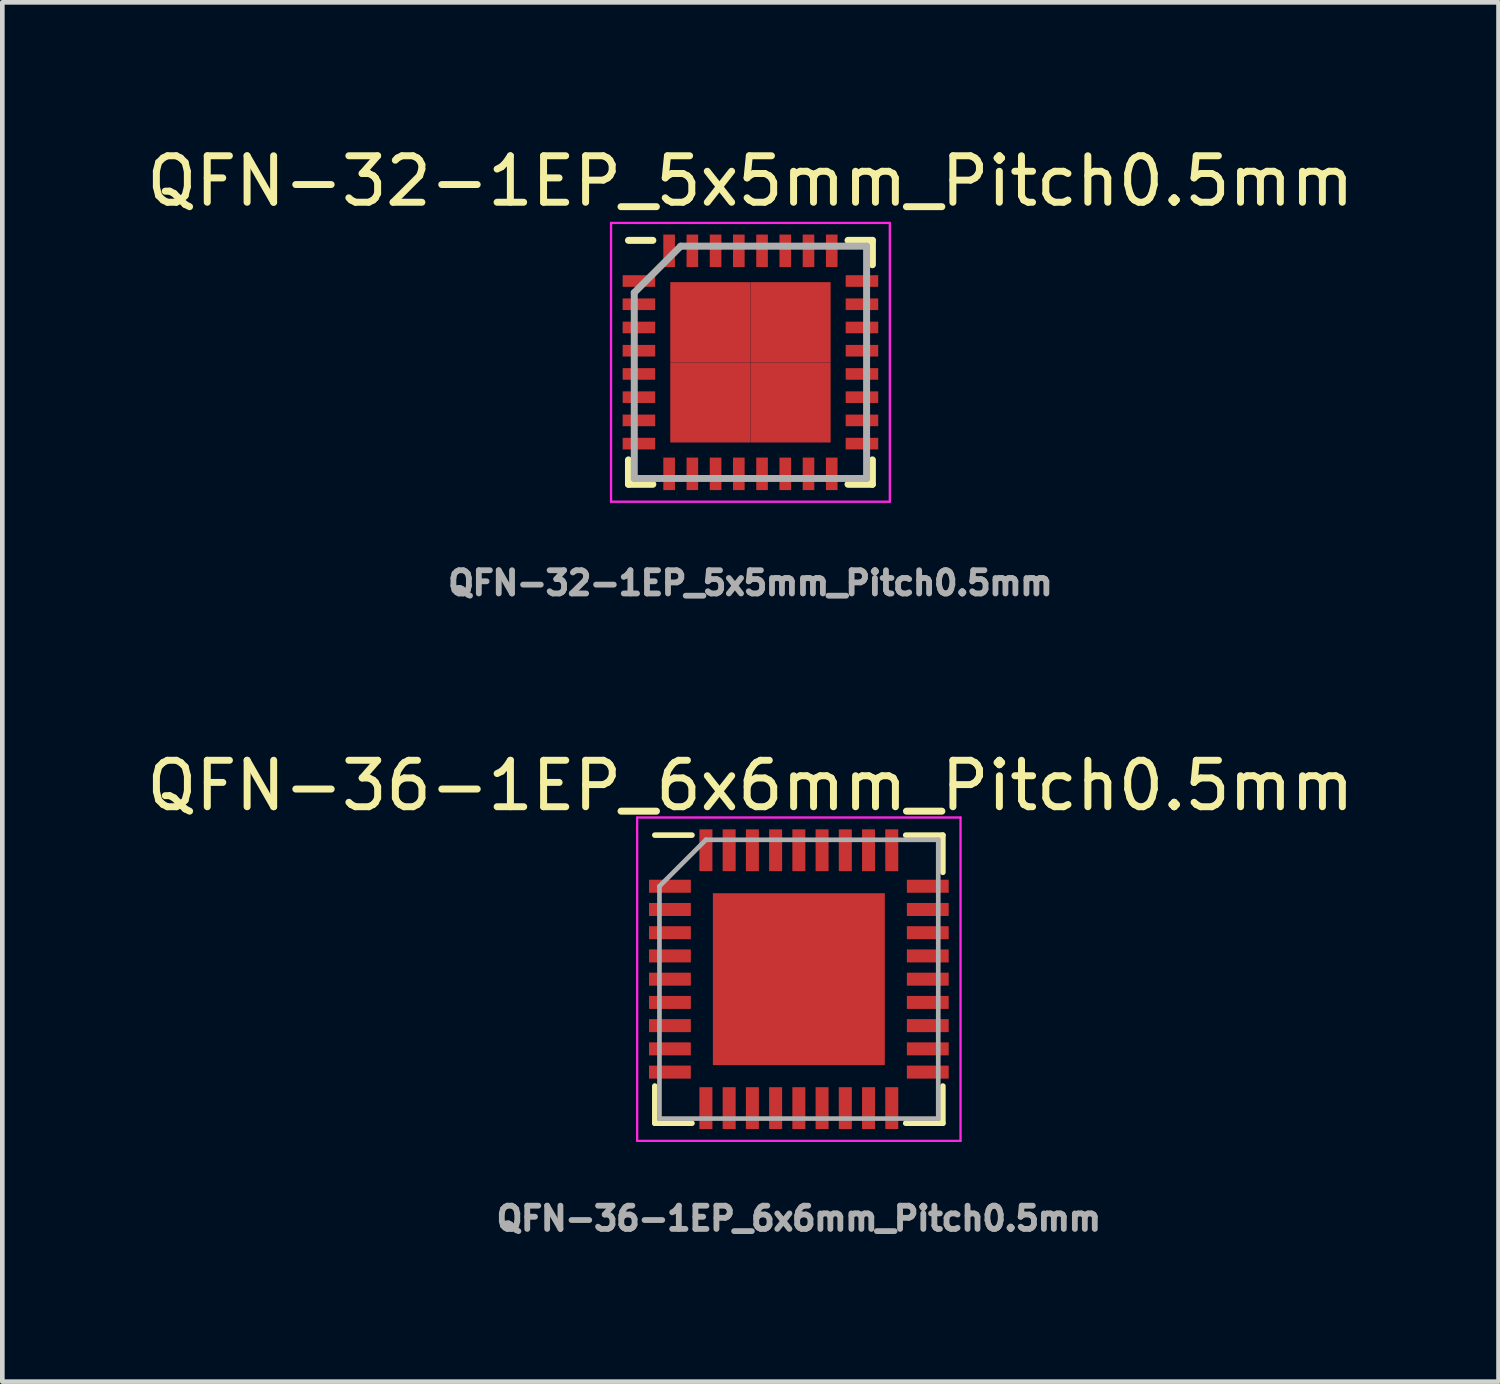
<source format=kicad_pcb>
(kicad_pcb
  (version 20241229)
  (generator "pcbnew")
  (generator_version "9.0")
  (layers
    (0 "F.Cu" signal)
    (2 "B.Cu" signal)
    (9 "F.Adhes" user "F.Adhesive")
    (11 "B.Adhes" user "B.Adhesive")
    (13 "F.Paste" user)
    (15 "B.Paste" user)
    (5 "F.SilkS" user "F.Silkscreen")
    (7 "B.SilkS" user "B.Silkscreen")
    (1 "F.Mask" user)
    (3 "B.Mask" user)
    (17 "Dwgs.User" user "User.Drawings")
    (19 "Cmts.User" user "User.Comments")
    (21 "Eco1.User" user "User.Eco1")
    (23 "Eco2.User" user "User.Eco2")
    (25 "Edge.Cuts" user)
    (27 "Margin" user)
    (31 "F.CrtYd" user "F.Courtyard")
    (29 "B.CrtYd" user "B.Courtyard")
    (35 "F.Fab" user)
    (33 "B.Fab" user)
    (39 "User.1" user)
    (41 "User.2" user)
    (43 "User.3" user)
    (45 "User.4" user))
  (footprint "QFN-36-1EP_6x6mm_Pitch0.5mm"
    (layer "F.Cu")
    (at 14.143 18.024)
    (property "Reference" "QFN-36-1EP_6x6mm_Pitch0.5mm" (at -1.041 -4.166 0) (layer "F.SilkS") (effects (font (size 1 1) (thickness 0.15))))
    (attr smd)
    (fp_line (start -3.1 3.1) (end -3.1 2.3) (stroke (width 0.12) (type solid)) (layer "F.SilkS"))
    (fp_line (start -3.1 3.1) (end -2.3 3.1) (stroke (width 0.12) (type solid)) (layer "F.SilkS"))
    (fp_line (start -2.3 -3.1) (end -3.1 -3.1) (stroke (width 0.12) (type solid)) (layer "F.SilkS"))
    (fp_line (start 3.1 -3.1) (end 2.3 -3.1) (stroke (width 0.12) (type solid)) (layer "F.SilkS"))
    (fp_line (start 3.1 -3.1) (end 3.1 -2.3) (stroke (width 0.12) (type solid)) (layer "F.SilkS"))
    (fp_line (start 3.1 3.1) (end 2.3 3.1) (stroke (width 0.12) (type solid)) (layer "F.SilkS"))
    (fp_line (start 3.1 3.1) (end 3.1 2.3) (stroke (width 0.12) (type solid)) (layer "F.SilkS"))
    (fp_line (start -3.48 -3.48) (end -3.48 3.48) (stroke (width 0.05) (type solid)) (layer "F.CrtYd"))
    (fp_line (start -3.48 -3.48) (end 3.48 -3.48) (stroke (width 0.05) (type solid)) (layer "F.CrtYd"))
    (fp_line (start -3.48 3.48) (end 3.48 3.48) (stroke (width 0.05) (type solid)) (layer "F.CrtYd"))
    (fp_line (start 3.48 -3.48) (end 3.48 3.48) (stroke (width 0.05) (type solid)) (layer "F.CrtYd"))
    (fp_line (start -3 -2) (end -2 -3) (stroke (width 0.1) (type solid)) (layer "F.Fab"))
    (fp_line (start -3 3) (end -3 -2) (stroke (width 0.1) (type solid)) (layer "F.Fab"))
    (fp_line (start -2 -3) (end 3 -3) (stroke (width 0.1) (type solid)) (layer "F.Fab"))
    (fp_line (start 3 -3) (end 3 3) (stroke (width 0.1) (type solid)) (layer "F.Fab"))
    (fp_line (start 3 3) (end -3 3) (stroke (width 0.1) (type solid)) (layer "F.Fab"))
    (fp_text user "${REFERENCE}" (at 0 5.15 0) (layer "F.Fab") (effects (font (size 0.5 0.5) (thickness 0.125))))
    (pad "1" smd rect (at -2.775 -2) (size 0.9 0.28) (layers "F.Cu" "F.Mask" "F.Paste"))
    (pad "2" smd rect (at -2.775 -1.5) (size 0.9 0.28) (layers "F.Cu" "F.Mask" "F.Paste"))
    (pad "3" smd rect (at -2.775 -1) (size 0.9 0.28) (layers "F.Cu" "F.Mask" "F.Paste"))
    (pad "4" smd rect (at -2.775 -0.5) (size 0.9 0.28) (layers "F.Cu" "F.Mask" "F.Paste"))
    (pad "5" smd rect (at -2.775 0) (size 0.9 0.28) (layers "F.Cu" "F.Mask" "F.Paste"))
    (pad "6" smd rect (at -2.775 0.5) (size 0.9 0.28) (layers "F.Cu" "F.Mask" "F.Paste"))
    (pad "7" smd rect (at -2.775 1) (size 0.9 0.28) (layers "F.Cu" "F.Mask" "F.Paste"))
    (pad "8" smd rect (at -2.775 1.5) (size 0.9 0.28) (layers "F.Cu" "F.Mask" "F.Paste"))
    (pad "9" smd rect (at -2.775 2) (size 0.9 0.28) (layers "F.Cu" "F.Mask" "F.Paste"))
    (pad "10" smd rect (at -2 2.775 90) (size 0.9 0.28) (layers "F.Cu" "F.Mask" "F.Paste"))
    (pad "11" smd rect (at -1.5 2.775 90) (size 0.9 0.28) (layers "F.Cu" "F.Mask" "F.Paste"))
    (pad "12" smd rect (at -1 2.775 90) (size 0.9 0.28) (layers "F.Cu" "F.Mask" "F.Paste"))
    (pad "13" smd rect (at -0.5 2.775 90) (size 0.9 0.28) (layers "F.Cu" "F.Mask" "F.Paste"))
    (pad "14" smd rect (at 0 2.775 90) (size 0.9 0.28) (layers "F.Cu" "F.Mask" "F.Paste"))
    (pad "15" smd rect (at 0.5 2.775 90) (size 0.9 0.28) (layers "F.Cu" "F.Mask" "F.Paste"))
    (pad "16" smd rect (at 1 2.775 90) (size 0.9 0.28) (layers "F.Cu" "F.Mask" "F.Paste"))
    (pad "17" smd rect (at 1.5 2.775 90) (size 0.9 0.28) (layers "F.Cu" "F.Mask" "F.Paste"))
    (pad "18" smd rect (at 2 2.775 90) (size 0.9 0.28) (layers "F.Cu" "F.Mask" "F.Paste"))
    (pad "19" smd rect (at 2.775 2) (size 0.9 0.28) (layers "F.Cu" "F.Mask" "F.Paste"))
    (pad "20" smd rect (at 2.775 1.5) (size 0.9 0.28) (layers "F.Cu" "F.Mask" "F.Paste"))
    (pad "21" smd rect (at 2.775 1) (size 0.9 0.28) (layers "F.Cu" "F.Mask" "F.Paste"))
    (pad "22" smd rect (at 2.775 0.5) (size 0.9 0.28) (layers "F.Cu" "F.Mask" "F.Paste"))
    (pad "23" smd rect (at 2.775 0) (size 0.9 0.28) (layers "F.Cu" "F.Mask" "F.Paste"))
    (pad "24" smd rect (at 2.775 -0.5) (size 0.9 0.28) (layers "F.Cu" "F.Mask" "F.Paste"))
    (pad "25" smd rect (at 2.775 -1) (size 0.9 0.28) (layers "F.Cu" "F.Mask" "F.Paste"))
    (pad "26" smd rect (at 2.775 -1.5) (size 0.9 0.28) (layers "F.Cu" "F.Mask" "F.Paste"))
    (pad "27" smd rect (at 2.775 -2) (size 0.9 0.28) (layers "F.Cu" "F.Mask" "F.Paste"))
    (pad "28" smd rect (at 2 -2.775 90) (size 0.9 0.28) (layers "F.Cu" "F.Mask" "F.Paste"))
    (pad "29" smd rect (at 1.5 -2.775 90) (size 0.9 0.28) (layers "F.Cu" "F.Mask" "F.Paste"))
    (pad "30" smd rect (at 1 -2.775 90) (size 0.9 0.28) (layers "F.Cu" "F.Mask" "F.Paste"))
    (pad "31" smd rect (at 0.5 -2.775 90) (size 0.9 0.28) (layers "F.Cu" "F.Mask" "F.Paste"))
    (pad "32" smd rect (at 0 -2.775 90) (size 0.9 0.28) (layers "F.Cu" "F.Mask" "F.Paste"))
    (pad "33" smd rect (at -0.5 -2.775 90) (size 0.9 0.28) (layers "F.Cu" "F.Mask" "F.Paste"))
    (pad "34" smd rect (at -1 -2.775 90) (size 0.9 0.28) (layers "F.Cu" "F.Mask" "F.Paste"))
    (pad "35" smd rect (at -1.5 -2.775 90) (size 0.9 0.28) (layers "F.Cu" "F.Mask" "F.Paste"))
    (pad "36" smd rect (at -2 -2.775 90) (size 0.9 0.28) (layers "F.Cu" "F.Mask" "F.Paste"))
    (pad "37" smd rect (at 0 0) (size 3.7 3.7) (layers "F.Cu" "F.Mask" "F.Paste")))
  (footprint "QFN-32-1EP_5x5mm_Pitch0.5mm"
    (layer "F.Cu")
    (at 13.101 4.748)
    (property "Reference" "QFN-32-1EP_5x5mm_Pitch0.5mm" (at 0 -3.9 0) (layer "F.SilkS") (effects (font (size 1 1) (thickness 0.15))))
    (attr smd)
    (fp_line (start -2.625 -2.625) (end -2.1 -2.625) (stroke (width 0.15) (type solid)) (layer "F.SilkS"))
    (fp_line (start -2.625 2.625) (end -2.625 2.1) (stroke (width 0.15) (type solid)) (layer "F.SilkS"))
    (fp_line (start -2.625 2.625) (end -2.1 2.625) (stroke (width 0.15) (type solid)) (layer "F.SilkS"))
    (fp_line (start 2.625 -2.625) (end 2.1 -2.625) (stroke (width 0.15) (type solid)) (layer "F.SilkS"))
    (fp_line (start 2.625 -2.625) (end 2.625 -2.1) (stroke (width 0.15) (type solid)) (layer "F.SilkS"))
    (fp_line (start 2.625 2.625) (end 2.1 2.625) (stroke (width 0.15) (type solid)) (layer "F.SilkS"))
    (fp_line (start 2.625 2.625) (end 2.625 2.1) (stroke (width 0.15) (type solid)) (layer "F.SilkS"))
    (fp_line (start -3 -3) (end -3 3) (stroke (width 0.05) (type solid)) (layer "F.CrtYd"))
    (fp_line (start -3 -3) (end 3 -3) (stroke (width 0.05) (type solid)) (layer "F.CrtYd"))
    (fp_line (start -3 3) (end 3 3) (stroke (width 0.05) (type solid)) (layer "F.CrtYd"))
    (fp_line (start 3 -3) (end 3 3) (stroke (width 0.05) (type solid)) (layer "F.CrtYd"))
    (fp_line (start -2.5 -1.5) (end -1.5 -2.5) (stroke (width 0.15) (type solid)) (layer "F.Fab"))
    (fp_line (start -2.5 2.5) (end -2.5 -1.5) (stroke (width 0.15) (type solid)) (layer "F.Fab"))
    (fp_line (start -1.5 -2.5) (end 2.5 -2.5) (stroke (width 0.15) (type solid)) (layer "F.Fab"))
    (fp_line (start 2.5 -2.5) (end 2.5 2.5) (stroke (width 0.15) (type solid)) (layer "F.Fab"))
    (fp_line (start 2.5 2.5) (end -2.5 2.5) (stroke (width 0.15) (type solid)) (layer "F.Fab"))
    (fp_text user "${REFERENCE}" (at 0 4.75 0) (layer "F.Fab") (effects (font (size 0.5 0.5) (thickness 0.125))))
    (pad "1" smd rect (at -2.4 -1.75) (size 0.7 0.25) (layers "F.Cu" "F.Mask" "F.Paste"))
    (pad "2" smd rect (at -2.4 -1.25) (size 0.7 0.25) (layers "F.Cu" "F.Mask" "F.Paste"))
    (pad "3" smd rect (at -2.4 -0.75) (size 0.7 0.25) (layers "F.Cu" "F.Mask" "F.Paste"))
    (pad "4" smd rect (at -2.4 -0.25) (size 0.7 0.25) (layers "F.Cu" "F.Mask" "F.Paste"))
    (pad "5" smd rect (at -2.4 0.25) (size 0.7 0.25) (layers "F.Cu" "F.Mask" "F.Paste"))
    (pad "6" smd rect (at -2.4 0.75) (size 0.7 0.25) (layers "F.Cu" "F.Mask" "F.Paste"))
    (pad "7" smd rect (at -2.4 1.25) (size 0.7 0.25) (layers "F.Cu" "F.Mask" "F.Paste"))
    (pad "8" smd rect (at -2.4 1.75) (size 0.7 0.25) (layers "F.Cu" "F.Mask" "F.Paste"))
    (pad "9" smd rect (at -1.75 2.4 90) (size 0.7 0.25) (layers "F.Cu" "F.Mask" "F.Paste"))
    (pad "10" smd rect (at -1.25 2.4 90) (size 0.7 0.25) (layers "F.Cu" "F.Mask" "F.Paste"))
    (pad "11" smd rect (at -0.75 2.4 90) (size 0.7 0.25) (layers "F.Cu" "F.Mask" "F.Paste"))
    (pad "12" smd rect (at -0.25 2.4 90) (size 0.7 0.25) (layers "F.Cu" "F.Mask" "F.Paste"))
    (pad "13" smd rect (at 0.25 2.4 90) (size 0.7 0.25) (layers "F.Cu" "F.Mask" "F.Paste"))
    (pad "14" smd rect (at 0.75 2.4 90) (size 0.7 0.25) (layers "F.Cu" "F.Mask" "F.Paste"))
    (pad "15" smd rect (at 1.25 2.4 90) (size 0.7 0.25) (layers "F.Cu" "F.Mask" "F.Paste"))
    (pad "16" smd rect (at 1.75 2.4 90) (size 0.7 0.25) (layers "F.Cu" "F.Mask" "F.Paste"))
    (pad "17" smd rect (at 2.4 1.75) (size 0.7 0.25) (layers "F.Cu" "F.Mask" "F.Paste"))
    (pad "18" smd rect (at 2.4 1.25) (size 0.7 0.25) (layers "F.Cu" "F.Mask" "F.Paste"))
    (pad "19" smd rect (at 2.4 0.75) (size 0.7 0.25) (layers "F.Cu" "F.Mask" "F.Paste"))
    (pad "20" smd rect (at 2.4 0.25) (size 0.7 0.25) (layers "F.Cu" "F.Mask" "F.Paste"))
    (pad "21" smd rect (at 2.4 -0.25) (size 0.7 0.25) (layers "F.Cu" "F.Mask" "F.Paste"))
    (pad "22" smd rect (at 2.4 -0.75) (size 0.7 0.25) (layers "F.Cu" "F.Mask" "F.Paste"))
    (pad "23" smd rect (at 2.4 -1.25) (size 0.7 0.25) (layers "F.Cu" "F.Mask" "F.Paste"))
    (pad "24" smd rect (at 2.4 -1.75) (size 0.7 0.25) (layers "F.Cu" "F.Mask" "F.Paste"))
    (pad "25" smd rect (at 1.75 -2.4 90) (size 0.7 0.25) (layers "F.Cu" "F.Mask" "F.Paste"))
    (pad "26" smd rect (at 1.25 -2.4 90) (size 0.7 0.25) (layers "F.Cu" "F.Mask" "F.Paste"))
    (pad "27" smd rect (at 0.75 -2.4 90) (size 0.7 0.25) (layers "F.Cu" "F.Mask" "F.Paste"))
    (pad "28" smd rect (at 0.25 -2.4 90) (size 0.7 0.25) (layers "F.Cu" "F.Mask" "F.Paste"))
    (pad "29" smd rect (at -0.25 -2.4 90) (size 0.7 0.25) (layers "F.Cu" "F.Mask" "F.Paste"))
    (pad "30" smd rect (at -0.75 -2.4 90) (size 0.7 0.25) (layers "F.Cu" "F.Mask" "F.Paste"))
    (pad "31" smd rect (at -1.25 -2.4 90) (size 0.7 0.25) (layers "F.Cu" "F.Mask" "F.Paste"))
    (pad "32" smd rect (at -1.75 -2.4 90) (size 0.7 0.25) (layers "F.Cu" "F.Mask" "F.Paste"))
    (pad "33" smd rect (at -0.863 -0.863) (size 1.725 1.725) (layers "F.Cu" "F.Mask" "F.Paste"))
    (pad "33" smd rect (at -0.863 0.863) (size 1.725 1.725) (layers "F.Cu" "F.Mask" "F.Paste"))
    (pad "33" smd rect (at 0.863 -0.863) (size 1.725 1.725) (layers "F.Cu" "F.Mask" "F.Paste"))
    (pad "33" smd rect (at 0.863 0.863) (size 1.725 1.725) (layers "F.Cu" "F.Mask" "F.Paste")))
  (gr_rect
    (start -3 -3)
    (end 29.202 26.686)
    (stroke (width 0.1) (type default))
    (fill no)
    (layer "Edge.Cuts")))
</source>
